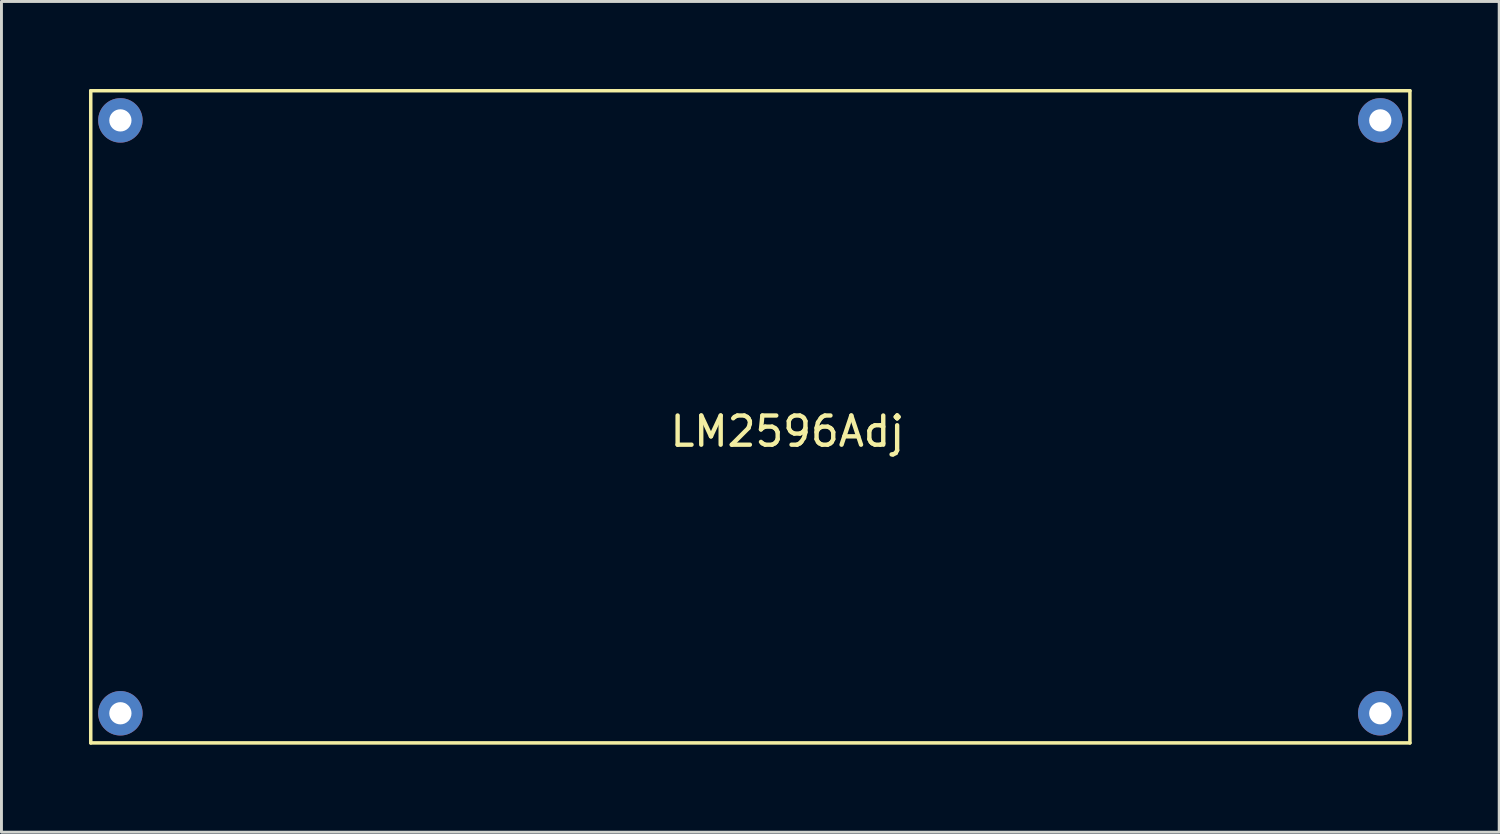
<source format=kicad_pcb>
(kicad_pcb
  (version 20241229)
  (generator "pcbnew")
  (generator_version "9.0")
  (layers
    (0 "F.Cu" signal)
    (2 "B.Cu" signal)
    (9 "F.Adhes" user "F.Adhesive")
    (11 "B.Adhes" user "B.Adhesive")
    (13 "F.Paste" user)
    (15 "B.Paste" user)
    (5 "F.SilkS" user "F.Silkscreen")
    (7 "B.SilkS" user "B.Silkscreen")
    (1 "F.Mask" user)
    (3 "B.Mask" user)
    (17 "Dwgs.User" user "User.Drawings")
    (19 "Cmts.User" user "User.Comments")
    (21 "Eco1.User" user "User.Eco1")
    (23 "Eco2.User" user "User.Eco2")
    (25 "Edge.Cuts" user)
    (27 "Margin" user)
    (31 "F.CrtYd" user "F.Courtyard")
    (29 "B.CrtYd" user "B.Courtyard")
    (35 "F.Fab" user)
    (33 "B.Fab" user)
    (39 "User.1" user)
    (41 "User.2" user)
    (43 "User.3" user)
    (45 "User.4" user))
  (footprint "LM2596Adj"
    (layer "F.Cu")
    (at 23.936 11.236)
    (property "Reference" "LM2596Adj" (at 0 0.5 0) (layer "F.SilkS") (effects (font (size 1 1) (thickness 0.15))))
    (attr through_hole)
    (fp_line (start -23.876 -11.176) (end -23.876 11.176) (stroke (width 0.12) (type solid)) (layer "F.SilkS"))
    (fp_line (start -23.876 11.176) (end 21.336 11.176) (stroke (width 0.12) (type solid)) (layer "F.SilkS"))
    (fp_line (start 21.336 -11.176) (end -23.876 -11.176) (stroke (width 0.12) (type solid)) (layer "F.SilkS"))
    (fp_line (start 21.336 11.176) (end 21.336 -11.176) (stroke (width 0.12) (type solid)) (layer "F.SilkS"))
    (pad "1" thru_hole circle (at -22.86 -10.16) (size 1.524 1.524) (drill 0.762) (layers "*.Cu" "*.Mask"))
    (pad "2" thru_hole circle (at -22.86 10.16) (size 1.524 1.524) (drill 0.762) (layers "*.Cu" "*.Mask"))
    (pad "3" thru_hole circle (at 20.32 -10.16) (size 1.524 1.524) (drill 0.762) (layers "*.Cu" "*.Mask"))
    (pad "4" thru_hole circle (at 20.32 10.16) (size 1.524 1.524) (drill 0.762) (layers "*.Cu" "*.Mask")))
  (gr_rect
    (start -3 -3)
    (end 48.332 25.472)
    (stroke (width 0.1) (type default))
    (fill no)
    (layer "Edge.Cuts")))
</source>
